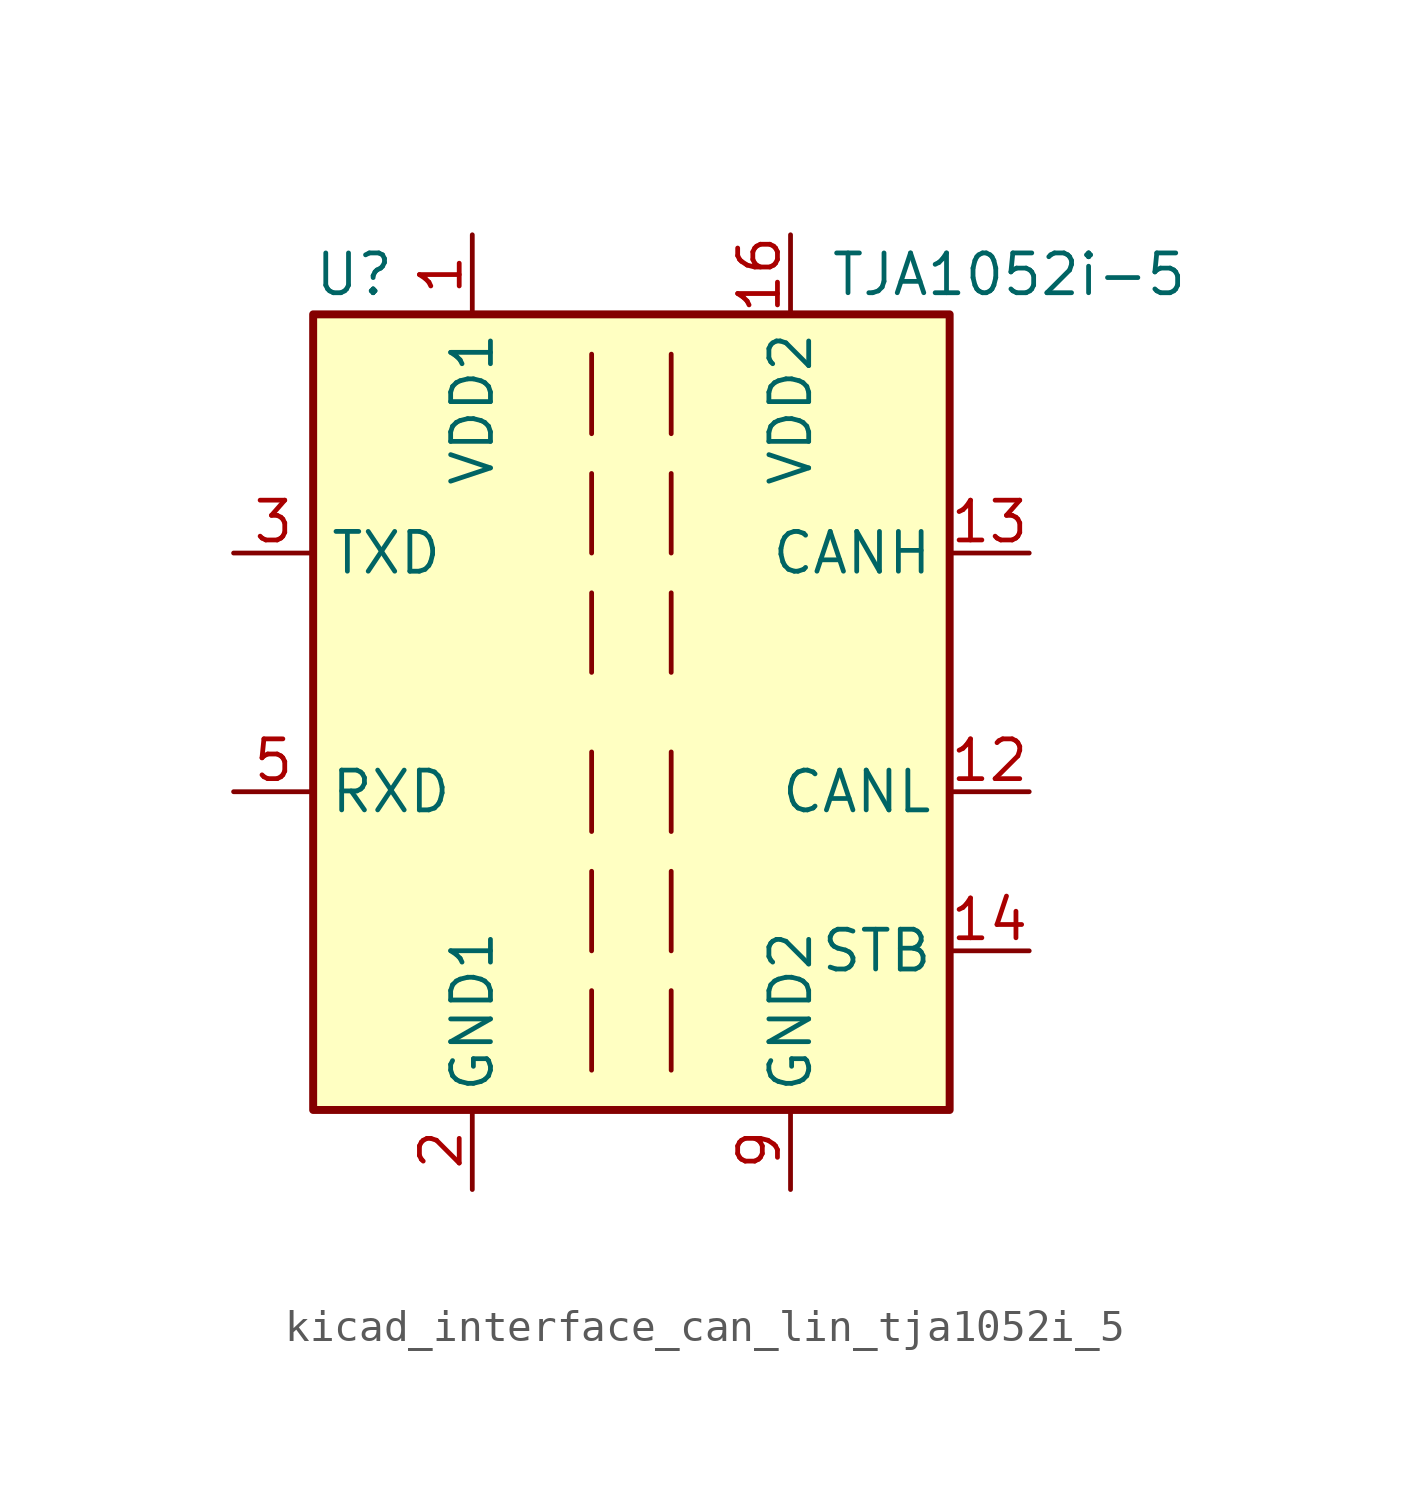
<source format=kicad_sym>
(kicad_symbol_lib
  (version 20220914)
  (generator kicad_symbol_editor)
  (symbol "kicad_interface_can_lin_tja1052i_5"
    (property "Reference" "U"
      (at -10.16 13.97 0)
      (effects (font (size 1.27 1.27)) (justify left)))
    (property "Value" "TJA1052i-5"
      (at 17.78 13.97 0)
      (effects (font (size 1.27 1.27)) (justify right)))
    (symbol "kicad_interface_can_lin_tja1052i_5_0_1"
      (rectangle (start -10.16 12.7) (end 10.16 -12.7) (stroke (width 0.254) (type default)) (fill (type background)))
      (polyline (pts (xy -1.27 -11.43) (xy -1.27 -8.89)) (stroke (width 0) (type default)) (fill (type none)))
      (polyline (pts (xy -1.27 3.81) (xy -1.27 1.27)) (stroke (width 0) (type default)) (fill (type none)))
      (polyline (pts (xy -1.27 7.62) (xy -1.27 5.08)) (stroke (width 0) (type default)) (fill (type none)))
      (polyline (pts (xy -1.27 11.43) (xy -1.27 8.89)) (stroke (width 0) (type default)) (fill (type none)))
      (polyline (pts (xy 1.27 -11.43) (xy 1.27 -8.89)) (stroke (width 0) (type default)) (fill (type none)))
      (polyline (pts (xy 1.27 -7.62) (xy 1.27 -5.08)) (stroke (width 0) (type default)) (fill (type none)))
      (polyline (pts (xy 1.27 -3.81) (xy 1.27 -1.27)) (stroke (width 0) (type default)) (fill (type none)))
      (polyline (pts (xy 1.27 1.27) (xy 1.27 3.81)) (stroke (width 0) (type default)) (fill (type none)))
      (polyline (pts (xy 1.27 5.08) (xy 1.27 7.62)) (stroke (width 0) (type default)) (fill (type none)))
      (polyline (pts (xy 1.27 8.89) (xy 1.27 11.43)) (stroke (width 0) (type default)) (fill (type none)))
      (polyline (pts (xy -1.27 -7.62) (xy -1.27 -6.35) (xy -1.27 -5.08)) (stroke (width 0) (type default)) (fill (type none)))
      (polyline (pts (xy -1.27 -3.81) (xy -1.27 -2.54) (xy -1.27 -1.27)) (stroke (width 0) (type default)) (fill (type none))))
    (symbol "kicad_interface_can_lin_tja1052i_5_1_1"
      (pin power_in line (at -5.08 15.24 270) (length 2.54) (name "VDD1" (effects (font (size 1.27 1.27)))) (number "1" (effects (font (size 1.27 1.27)))))
      (pin passive line (at 5.08 -15.24 90) (length 2.54) hide (name "GND2" (effects (font (size 1.27 1.27)))) (number "10" (effects (font (size 1.27 1.27)))))
      (pin passive line (at 5.08 15.24 270) (length 2.54) hide (name "VDD2" (effects (font (size 1.27 1.27)))) (number "11" (effects (font (size 1.27 1.27)))))
      (pin bidirectional line (at 12.7 -2.54 180) (length 2.54) (name "CANL" (effects (font (size 1.27 1.27)))) (number "12" (effects (font (size 1.27 1.27)))))
      (pin bidirectional line (at 12.7 5.08 180) (length 2.54) (name "CANH" (effects (font (size 1.27 1.27)))) (number "13" (effects (font (size 1.27 1.27)))))
      (pin input line (at 12.7 -7.62 180) (length 2.54) (name "STB" (effects (font (size 1.27 1.27)))) (number "14" (effects (font (size 1.27 1.27)))))
      (pin passive line (at 5.08 -15.24 90) (length 2.54) hide (name "GND2" (effects (font (size 1.27 1.27)))) (number "15" (effects (font (size 1.27 1.27)))))
      (pin power_in line (at 5.08 15.24 270) (length 2.54) (name "VDD2" (effects (font (size 1.27 1.27)))) (number "16" (effects (font (size 1.27 1.27)))))
      (pin power_in line (at -5.08 -15.24 90) (length 2.54) (name "GND1" (effects (font (size 1.27 1.27)))) (number "2" (effects (font (size 1.27 1.27)))))
      (pin input line (at -12.7 5.08 0) (length 2.54) (name "TXD" (effects (font (size 1.27 1.27)))) (number "3" (effects (font (size 1.27 1.27)))))
      (pin no_connect line (at -10.16 -7.62 0) (length 2.54) hide (name "NC" (effects (font (size 1.27 1.27)))) (number "4" (effects (font (size 1.27 1.27)))))
      (pin output line (at -12.7 -2.54 0) (length 2.54) (name "RXD" (effects (font (size 1.27 1.27)))) (number "5" (effects (font (size 1.27 1.27)))))
      (pin no_connect line (at -10.16 -10.16 0) (length 2.54) hide (name "NC" (effects (font (size 1.27 1.27)))) (number "6" (effects (font (size 1.27 1.27)))))
      (pin passive line (at -5.08 -15.24 90) (length 2.54) hide (name "GND1" (effects (font (size 1.27 1.27)))) (number "7" (effects (font (size 1.27 1.27)))))
      (pin passive line (at -5.08 -15.24 90) (length 2.54) hide (name "GND1" (effects (font (size 1.27 1.27)))) (number "8" (effects (font (size 1.27 1.27)))))
      (pin power_in line (at 5.08 -15.24 90) (length 2.54) (name "GND2" (effects (font (size 1.27 1.27)))) (number "9" (effects (font (size 1.27 1.27))))))))
</source>
